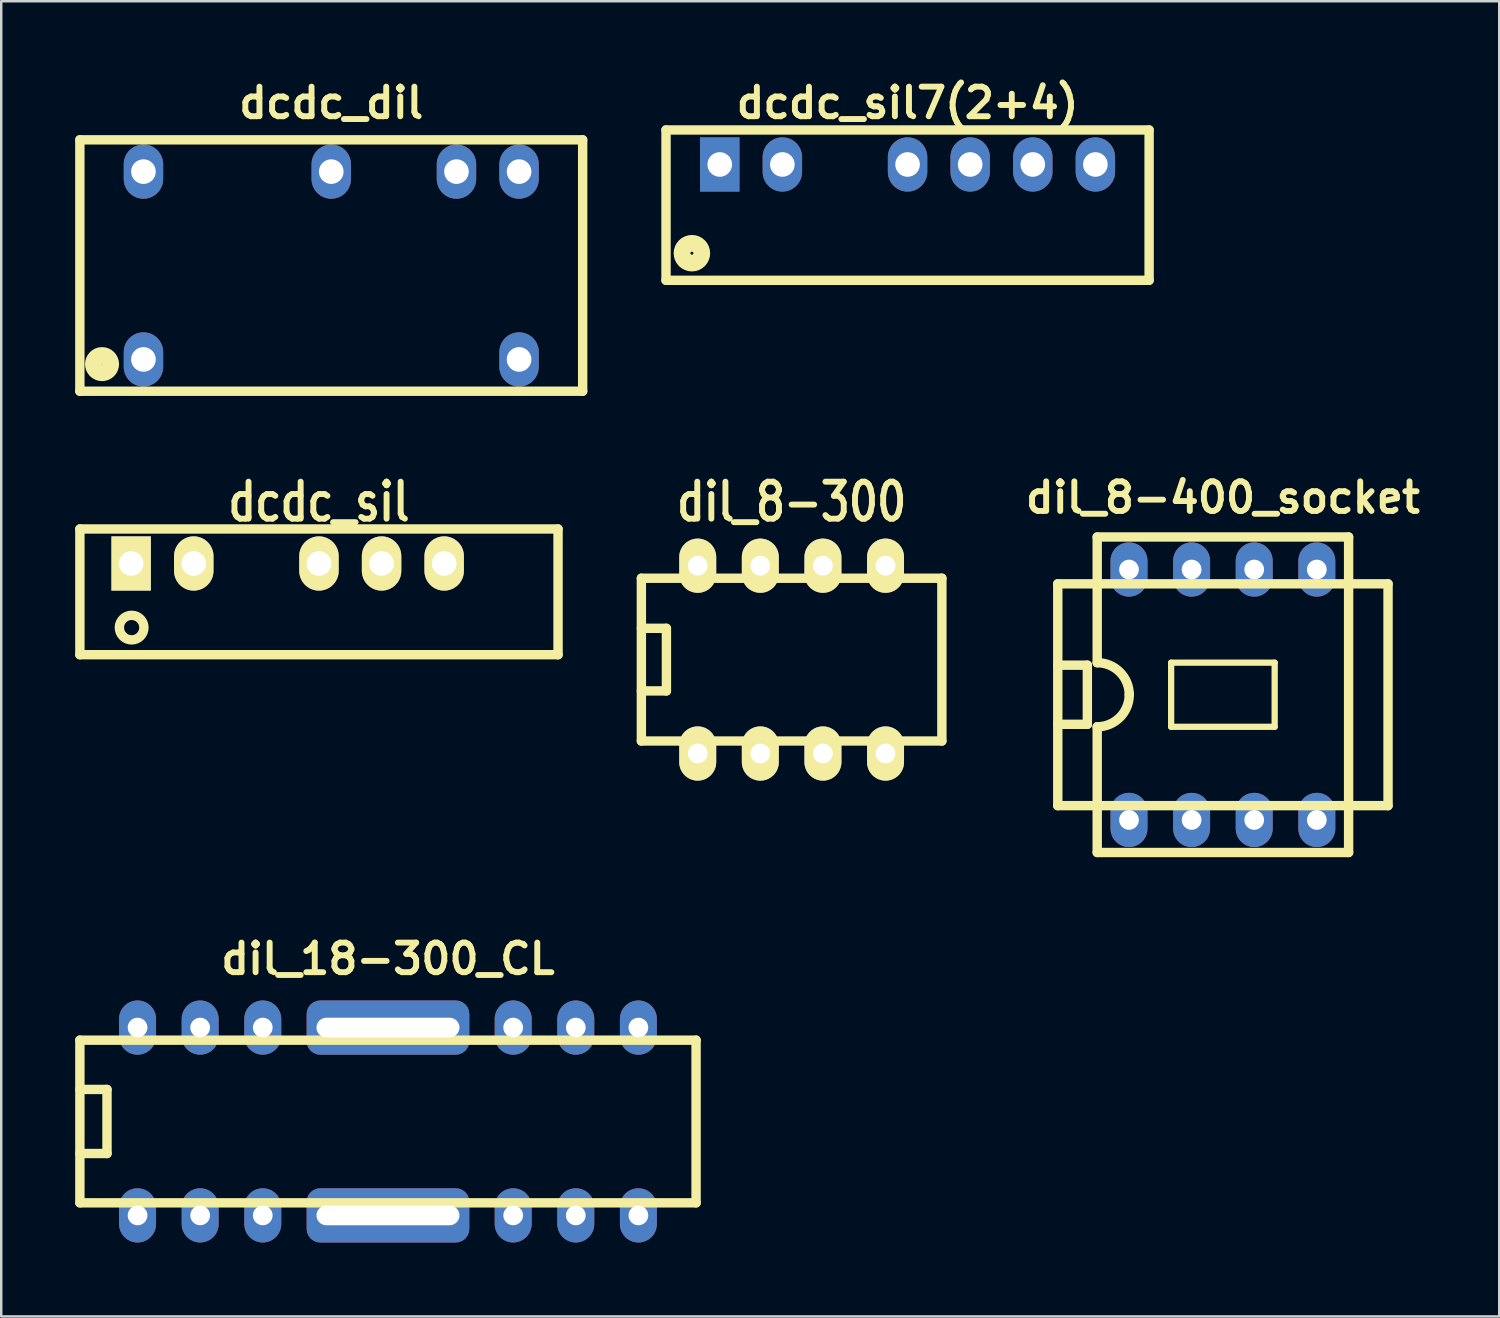
<source format=kicad_pcb>
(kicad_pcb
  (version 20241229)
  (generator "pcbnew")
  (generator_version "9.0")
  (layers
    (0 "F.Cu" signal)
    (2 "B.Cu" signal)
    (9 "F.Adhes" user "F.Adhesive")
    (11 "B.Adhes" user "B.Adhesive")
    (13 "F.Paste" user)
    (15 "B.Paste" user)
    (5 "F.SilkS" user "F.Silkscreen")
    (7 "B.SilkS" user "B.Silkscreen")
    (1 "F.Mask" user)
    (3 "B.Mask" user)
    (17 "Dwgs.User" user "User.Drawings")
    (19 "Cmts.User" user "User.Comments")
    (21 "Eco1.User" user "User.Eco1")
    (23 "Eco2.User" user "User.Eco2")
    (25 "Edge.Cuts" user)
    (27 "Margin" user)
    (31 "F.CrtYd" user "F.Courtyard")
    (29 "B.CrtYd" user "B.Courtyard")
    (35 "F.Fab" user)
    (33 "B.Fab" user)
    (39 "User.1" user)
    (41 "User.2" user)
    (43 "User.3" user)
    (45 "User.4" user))
  (footprint "dil_18-300_CL"
    (layer "F.Cu")
    (at 12.691 42.451)
    (property "Reference" "dil_18-300_CL" (at 0 -6.6 0) (layer "F.SilkS") (effects (font (size 1.2 1.2) (thickness 0.24))))
    (attr through_hole)
    (fp_line (start -12.5 -3.3) (end 12.5 -3.3) (stroke (width 0.381) (type solid)) (layer "F.SilkS"))
    (fp_line (start -12.5 3.3) (end -12.5 -3.3) (stroke (width 0.381) (type solid)) (layer "F.SilkS"))
    (fp_line (start -12.5 3.3) (end 12.5 3.3) (stroke (width 0.381) (type solid)) (layer "F.SilkS"))
    (fp_line (start -11.4 -1.3) (end -12.5 -1.3) (stroke (width 0.381) (type solid)) (layer "F.SilkS"))
    (fp_line (start -11.4 -1.3) (end -11.4 1.3) (stroke (width 0.381) (type solid)) (layer "F.SilkS"))
    (fp_line (start -11.4 1.3) (end -12.5 1.3) (stroke (width 0.381) (type solid)) (layer "F.SilkS"))
    (fp_line (start 12.5 -3.3) (end 12.5 3.3) (stroke (width 0.381) (type solid)) (layer "F.SilkS"))
    (pad "1" thru_hole oval (at -10.16 3.81) (size 1.5 2.2) (drill 0.8) (layers "*.Cu" "*.Mask"))
    (pad "2" thru_hole oval (at -7.62 3.81) (size 1.5 2.2) (drill 0.8) (layers "*.Cu" "*.Mask"))
    (pad "3" thru_hole oval (at -5.08 3.81) (size 1.5 2.2) (drill 0.8) (layers "*.Cu" "*.Mask"))
    (pad "4" thru_hole oval (at 5.08 3.81) (size 1.5 2.2) (drill 0.8) (layers "*.Cu" "*.Mask"))
    (pad "5" thru_hole oval (at 7.62 3.81) (size 1.5 2.2) (drill 0.8) (layers "*.Cu" "*.Mask"))
    (pad "6" thru_hole oval (at 10.16 3.81) (size 1.5 2.2) (drill 0.8) (layers "*.Cu" "*.Mask"))
    (pad "7" thru_hole oval (at 10.16 -3.81) (size 1.5 2.2) (drill 0.8) (layers "*.Cu" "*.Mask"))
    (pad "8" thru_hole oval (at 7.62 -3.81) (size 1.5 2.2) (drill 0.8) (layers "*.Cu" "*.Mask"))
    (pad "9" thru_hole oval (at 5.08 -3.81) (size 1.5 2.2) (drill 0.8) (layers "*.Cu" "*.Mask"))
    (pad "10" thru_hole oval (at -5.08 -3.81) (size 1.5 2.2) (drill 0.8) (layers "*.Cu" "*.Mask"))
    (pad "11" thru_hole oval (at -7.62 -3.81) (size 1.5 2.2) (drill 0.8) (layers "*.Cu" "*.Mask"))
    (pad "12" thru_hole oval (at -10.16 -3.81) (size 1.5 2.2) (drill 0.8) (layers "*.Cu" "*.Mask"))
    (pad "13" thru_hole roundrect (at 0 -3.81) (size 6.6 2.2) (drill oval 5.8 0.8) (layers "*.Cu" "*.Mask") (roundrect_rratio 0.25))
    (pad "13" thru_hole roundrect (at 0 3.81) (size 6.6 2.2) (drill oval 5.8 0.8) (layers "*.Cu" "*.Mask") (roundrect_rratio 0.25)))
  (footprint "dcdc_sil7(2+4)"
    (layer "F.Cu")
    (at 33.772 3.623)
    (property "Reference" "dcdc_sil7(2+4)" (at 0 -2.5 0) (layer "F.SilkS") (effects (font (size 1.2 1.2) (thickness 0.24))))
    (attr through_hole)
    (fp_line (start -9.8 -1.4) (end -9.8 4.7) (stroke (width 0.381) (type solid)) (layer "F.SilkS"))
    (fp_line (start -9.8 -1.4) (end 9.8 -1.4) (stroke (width 0.381) (type solid)) (layer "F.SilkS"))
    (fp_line (start -9.8 4.7) (end 9.8 4.7) (stroke (width 0.381) (type solid)) (layer "F.SilkS"))
    (fp_line (start 9.8 4.7) (end 9.8 -1.4) (stroke (width 0.381) (type solid)) (layer "F.SilkS"))
    (fp_circle (center -8.75 3.6) (end -8.5 3.6) (stroke (width 0.381) (type solid)) (fill no) (layer "F.SilkS"))
    (fp_circle (center -8.75 3.6) (end -8.2 3.6) (stroke (width 0.381) (type solid)) (fill no) (layer "F.SilkS"))
    (pad "1" thru_hole rect (at -7.62 0) (size 1.6 2.2) (drill 1) (layers "*.Cu" "*.Mask"))
    (pad "2" thru_hole oval (at -5.08 0) (size 1.6 2.2) (drill 1) (layers "*.Cu" "*.Mask"))
    (pad "4" thru_hole oval (at 0 0) (size 1.6 2.2) (drill 1) (layers "*.Cu" "*.Mask"))
    (pad "5" thru_hole oval (at 2.54 0) (size 1.6 2.2) (drill 1) (layers "*.Cu" "*.Mask"))
    (pad "6" thru_hole oval (at 5.08 0) (size 1.6 2.2) (drill 1) (layers "*.Cu" "*.Mask"))
    (pad "7" thru_hole oval (at 7.62 0) (size 1.6 2.2) (drill 1) (layers "*.Cu" "*.Mask")))
  (footprint "dil_8-300"
    (layer "F.Cu")
    (at 29.068 23.712)
    (property "Reference" "dil_8-300" (at 0 -6.4 0) (layer "F.SilkS") (effects (font (size 1.5 1.2) (thickness 0.24))))
    (attr through_hole)
    (fp_line (start -6.096 -3.302) (end 6.096 -3.302) (stroke (width 0.381) (type solid)) (layer "F.SilkS"))
    (fp_line (start -6.096 3.302) (end -6.096 -3.302) (stroke (width 0.381) (type solid)) (layer "F.SilkS"))
    (fp_line (start -5.08 -1.27) (end -6.096 -1.27) (stroke (width 0.381) (type solid)) (layer "F.SilkS"))
    (fp_line (start -5.08 -1.27) (end -5.08 1.27) (stroke (width 0.381) (type solid)) (layer "F.SilkS"))
    (fp_line (start -5.08 1.27) (end -6.096 1.27) (stroke (width 0.381) (type solid)) (layer "F.SilkS"))
    (fp_line (start 6.096 -3.302) (end 6.096 3.302) (stroke (width 0.381) (type solid)) (layer "F.SilkS"))
    (fp_line (start 6.096 3.302) (end -6.096 3.302) (stroke (width 0.381) (type solid)) (layer "F.SilkS"))
    (pad "1" thru_hole oval (at -3.81 3.81) (size 1.5 2.2) (drill 0.8) (layers "*.Cu" "*.Mask" "F.SilkS"))
    (pad "2" thru_hole oval (at -1.27 3.81) (size 1.5 2.2) (drill 0.8) (layers "*.Cu" "*.Mask" "F.SilkS"))
    (pad "3" thru_hole oval (at 1.27 3.81) (size 1.5 2.2) (drill 0.8) (layers "*.Cu" "*.Mask" "F.SilkS"))
    (pad "4" thru_hole oval (at 3.81 3.81) (size 1.5 2.2) (drill 0.8) (layers "*.Cu" "*.Mask" "F.SilkS"))
    (pad "5" thru_hole oval (at 3.81 -3.81) (size 1.5 2.2) (drill 0.8) (layers "*.Cu" "*.Mask" "F.SilkS"))
    (pad "6" thru_hole oval (at 1.27 -3.81) (size 1.5 2.2) (drill 0.8) (layers "*.Cu" "*.Mask" "F.SilkS"))
    (pad "7" thru_hole oval (at -1.27 -3.81) (size 1.5 2.2) (drill 0.8) (layers "*.Cu" "*.Mask" "F.SilkS"))
    (pad "8" thru_hole oval (at -3.81 -3.81) (size 1.5 2.2) (drill 0.8) (layers "*.Cu" "*.Mask" "F.SilkS")))
  (footprint "dcdc_sil"
    (layer "F.Cu")
    (at 9.891 19.812)
    (property "Reference" "dcdc_sil" (at 0 -2.5 0) (layer "F.SilkS") (effects (font (size 1.5 1.2) (thickness 0.24))))
    (attr through_hole)
    (fp_line (start -9.7 -1.4) (end 9.7 -1.4) (stroke (width 0.381) (type solid)) (layer "F.SilkS"))
    (fp_line (start -9.7 3.701) (end -9.7 -1.4) (stroke (width 0.381) (type solid)) (layer "F.SilkS"))
    (fp_line (start 9.7 -1.4) (end 9.7 3.701) (stroke (width 0.381) (type solid)) (layer "F.SilkS"))
    (fp_line (start 9.7 3.701) (end -9.7 3.701) (stroke (width 0.381) (type solid)) (layer "F.SilkS"))
    (fp_circle (center -7.6 2.601) (end -7.899 3) (stroke (width 0.381) (type solid)) (fill no) (layer "F.SilkS"))
    (pad "1" thru_hole rect (at -7.62 0) (size 1.6 2.2) (drill 1) (layers "*.Cu" "*.Mask" "F.SilkS"))
    (pad "2" thru_hole oval (at -5.08 0) (size 1.6 2.2) (drill 1) (layers "*.Cu" "*.Mask" "F.SilkS"))
    (pad "4" thru_hole oval (at 0 0) (size 1.6 2.2) (drill 1) (layers "*.Cu" "*.Mask" "F.SilkS"))
    (pad "5" thru_hole oval (at 2.54 0) (size 1.6 2.2) (drill 1) (layers "*.Cu" "*.Mask" "F.SilkS"))
    (pad "6" thru_hole oval (at 5.08 0) (size 1.6 2.2) (drill 1) (layers "*.Cu" "*.Mask" "F.SilkS")))
  (footprint "dil_8-400_socket"
    (layer "F.Cu")
    (at 46.566 25.137)
    (property "Reference" "dil_8-400_socket" (at 0 -8 0) (layer "F.SilkS") (effects (font (size 1.2 1.2) (thickness 0.24))))
    (attr through_hole)
    (fp_line (start -6.7 -4.5) (end 6.7 -4.5) (stroke (width 0.381) (type solid)) (layer "F.SilkS"))
    (fp_line (start -6.7 4.5) (end -6.7 -4.5) (stroke (width 0.381) (type solid)) (layer "F.SilkS"))
    (fp_line (start -6.7 4.5) (end 6.7 4.5) (stroke (width 0.381) (type solid)) (layer "F.SilkS"))
    (fp_line (start -5.5 -1.2) (end -6.7 -1.2) (stroke (width 0.381) (type solid)) (layer "F.SilkS"))
    (fp_line (start -5.5 -1.2) (end -5.5 1.2) (stroke (width 0.381) (type solid)) (layer "F.SilkS"))
    (fp_line (start -5.5 1.2) (end -6.7 1.2) (stroke (width 0.381) (type solid)) (layer "F.SilkS"))
    (fp_line (start -5.1 -6.4) (end -5.1 -1.3) (stroke (width 0.381) (type solid)) (layer "F.SilkS"))
    (fp_line (start -5.1 6.4) (end -5.1 1.3) (stroke (width 0.381) (type solid)) (layer "F.SilkS"))
    (fp_line (start -2.1 -1.3) (end -2.1 1.3) (stroke (width 0.254) (type solid)) (layer "F.SilkS"))
    (fp_line (start -2.1 -1.3) (end 2.1 -1.3) (stroke (width 0.254) (type solid)) (layer "F.SilkS"))
    (fp_line (start 2.1 1.3) (end -2.1 1.3) (stroke (width 0.254) (type solid)) (layer "F.SilkS"))
    (fp_line (start 2.1 1.3) (end 2.1 -1.3) (stroke (width 0.254) (type solid)) (layer "F.SilkS"))
    (fp_line (start 5.1 -6.4) (end -5.1 -6.4) (stroke (width 0.381) (type solid)) (layer "F.SilkS"))
    (fp_line (start 5.1 -6.4) (end 5.1 6.4) (stroke (width 0.381) (type solid)) (layer "F.SilkS"))
    (fp_line (start 5.1 6.4) (end -5.1 6.4) (stroke (width 0.381) (type solid)) (layer "F.SilkS"))
    (fp_line (start 6.7 -4.5) (end 6.7 4.5) (stroke (width 0.381) (type solid)) (layer "F.SilkS"))
    (fp_arc (start -5.1 -1.3) (mid -4.180761 -0.919239) (end -3.8 0) (stroke (width 0.381) (type solid)) (layer "F.SilkS"))
    (fp_arc (start -3.8 0) (mid -4.180761 0.919239) (end -5.1 1.3) (stroke (width 0.381) (type solid)) (layer "F.SilkS"))
    (pad "1" thru_hole oval (at -3.81 5.08) (size 1.5 2.2) (drill 0.8) (layers "*.Cu" "*.Mask"))
    (pad "2" thru_hole oval (at -1.27 5.08) (size 1.5 2.2) (drill 0.8) (layers "*.Cu" "*.Mask"))
    (pad "3" thru_hole oval (at 1.27 5.08) (size 1.5 2.2) (drill 0.8) (layers "*.Cu" "*.Mask"))
    (pad "4" thru_hole oval (at 3.81 5.08) (size 1.5 2.2) (drill 0.8) (layers "*.Cu" "*.Mask"))
    (pad "5" thru_hole oval (at 3.81 -5.08) (size 1.5 2.2) (drill 0.8) (layers "*.Cu" "*.Mask"))
    (pad "6" thru_hole oval (at 1.27 -5.08) (size 1.5 2.2) (drill 0.8) (layers "*.Cu" "*.Mask"))
    (pad "7" thru_hole oval (at -1.27 -5.08) (size 1.5 2.2) (drill 0.8) (layers "*.Cu" "*.Mask"))
    (pad "8" thru_hole oval (at -3.81 -5.08) (size 1.5 2.2) (drill 0.8) (layers "*.Cu" "*.Mask")))
  (footprint "dcdc_dil"
    (layer "F.Cu")
    (at 10.39 7.723)
    (property "Reference" "dcdc_dil" (at 0 -6.6 0) (layer "F.SilkS") (effects (font (size 1.2 1.2) (thickness 0.24))))
    (attr through_hole)
    (fp_line (start -10.2 -5.1) (end 10.2 -5.1) (stroke (width 0.381) (type solid)) (layer "F.SilkS"))
    (fp_line (start -10.2 5.1) (end -10.2 -5.1) (stroke (width 0.381) (type solid)) (layer "F.SilkS"))
    (fp_line (start 10.2 -5.1) (end 10.2 5.1) (stroke (width 0.381) (type solid)) (layer "F.SilkS"))
    (fp_line (start 10.2 5.1) (end -10.2 5.1) (stroke (width 0.381) (type solid)) (layer "F.SilkS"))
    (fp_circle (center -9.3 4) (end -9.6 4.4) (stroke (width 0.381) (type solid)) (fill no) (layer "F.SilkS"))
    (fp_circle (center -9.3 4) (end -9.1 4) (stroke (width 0.381) (type solid)) (fill no) (layer "F.SilkS"))
    (pad "1" thru_hole oval (at -7.62 3.81) (size 1.6 2.2) (drill 1) (layers "*.Cu" "*.Mask"))
    (pad "7" thru_hole oval (at 7.62 3.81) (size 1.6 2.2) (drill 1) (layers "*.Cu" "*.Mask"))
    (pad "8" thru_hole oval (at 7.62 -3.81) (size 1.6 2.2) (drill 1) (layers "*.Cu" "*.Mask"))
    (pad "9" thru_hole oval (at 5.08 -3.81) (size 1.6 2.2) (drill 1) (layers "*.Cu" "*.Mask"))
    (pad "11" thru_hole oval (at 0 -3.81) (size 1.6 2.2) (drill 1) (layers "*.Cu" "*.Mask"))
    (pad "14" thru_hole oval (at -7.62 -3.81) (size 1.6 2.2) (drill 1) (layers "*.Cu" "*.Mask")))
  (gr_rect
    (start -3 -3)
    (end 57.777 50.361)
    (stroke (width 0.1) (type default))
    (fill no)
    (layer "Edge.Cuts")))
</source>
